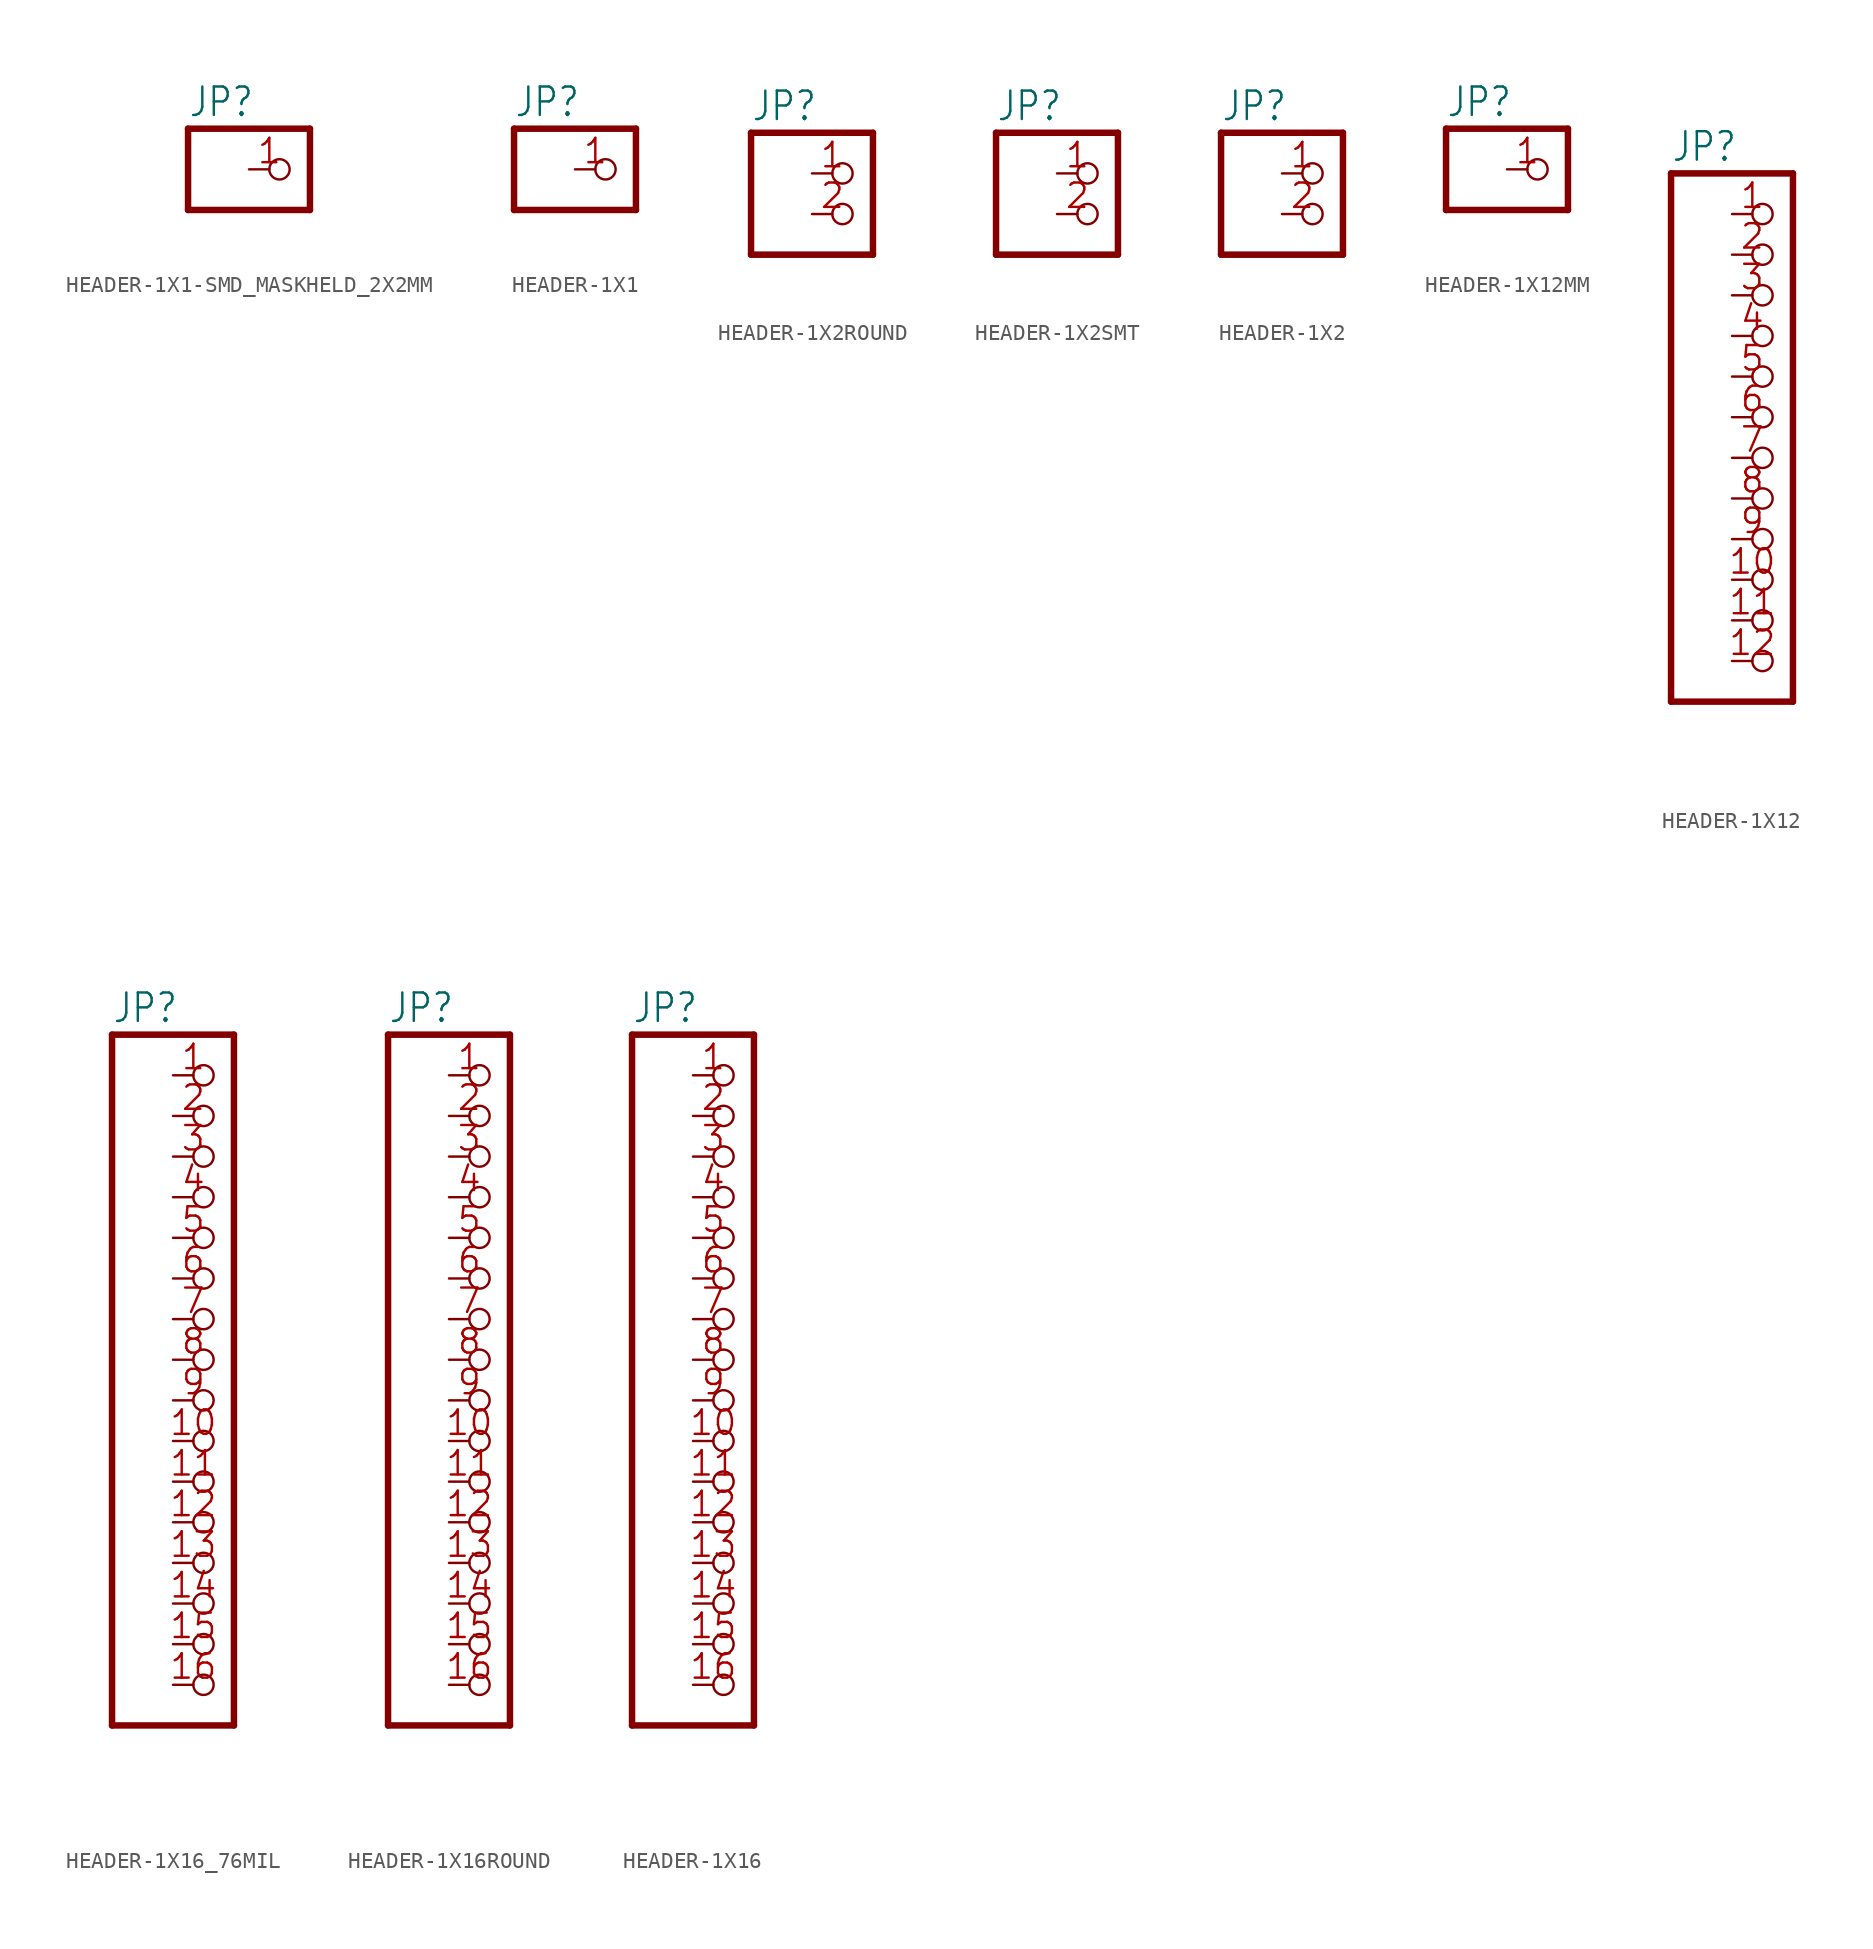
<source format=kicad_sym>
(kicad_symbol_lib
  (version 20241209)
  (generator "kicad_symbol_editor")
  (generator_version "9.0")
  (symbol "HEADER-1X1-SMD_MASKHELD_2X2MM"
    (property "Reference" "JP"
      (at -6.35 3.175 0)
      (effects (font (size 1.778 1.511)) (justify left bottom)))
    (property "Value" ""
      (at -6.35 -5.08 0)
      (effects (font (size 1.778 1.511)) (justify left bottom)))
    (property "ki_locked" ""
      (at 0 0 0)
      (effects (font (size 1.27 1.27))))
    (symbol "HEADER-1X1-SMD_MASKHELD_2X2MM_1_0"
      (polyline (pts (xy -6.35 2.54) (xy -6.35 -2.54)) (stroke (width 0.406) (type solid)) (fill (type none)))
      (polyline (pts (xy -6.35 -2.54) (xy 1.27 -2.54)) (stroke (width 0.406) (type solid)) (fill (type none)))
      (polyline (pts (xy 1.27 2.54) (xy -6.35 2.54)) (stroke (width 0.406) (type solid)) (fill (type none)))
      (polyline (pts (xy 1.27 -2.54) (xy 1.27 2.54)) (stroke (width 0.406) (type solid)) (fill (type none)))
      (pin passive inverted (at -2.54 0 0) (length 2.54) (name "1" (effects (font (size 0 0)))) (number "1" (effects (font (size 1.524 1.524)))))))
  (symbol "HEADER-1X1"
    (property "Reference" "JP"
      (at -6.35 3.175 0)
      (effects (font (size 1.778 1.511)) (justify left bottom)))
    (property "Value" ""
      (at -6.35 -5.08 0)
      (effects (font (size 1.778 1.511)) (justify left bottom)))
    (property "ki_locked" ""
      (at 0 0 0)
      (effects (font (size 1.27 1.27))))
    (symbol "HEADER-1X1_1_0"
      (polyline (pts (xy -6.35 2.54) (xy -6.35 -2.54)) (stroke (width 0.406) (type solid)) (fill (type none)))
      (polyline (pts (xy -6.35 -2.54) (xy 1.27 -2.54)) (stroke (width 0.406) (type solid)) (fill (type none)))
      (polyline (pts (xy 1.27 2.54) (xy -6.35 2.54)) (stroke (width 0.406) (type solid)) (fill (type none)))
      (polyline (pts (xy 1.27 -2.54) (xy 1.27 2.54)) (stroke (width 0.406) (type solid)) (fill (type none)))
      (pin passive inverted (at -2.54 0 0) (length 2.54) (name "1" (effects (font (size 0 0)))) (number "1" (effects (font (size 1.524 1.524)))))))
  (symbol "HEADER-1X2ROUND"
    (property "Reference" "JP"
      (at -6.35 5.715 0)
      (effects (font (size 1.778 1.511)) (justify left bottom)))
    (property "Value" ""
      (at -6.35 -5.08 0)
      (effects (font (size 1.778 1.511)) (justify left bottom)))
    (property "ki_locked" ""
      (at 0 0 0)
      (effects (font (size 1.27 1.27))))
    (symbol "HEADER-1X2ROUND_1_0"
      (polyline (pts (xy -6.35 5.08) (xy -6.35 -2.54)) (stroke (width 0.406) (type solid)) (fill (type none)))
      (polyline (pts (xy -6.35 -2.54) (xy 1.27 -2.54)) (stroke (width 0.406) (type solid)) (fill (type none)))
      (polyline (pts (xy 1.27 5.08) (xy -6.35 5.08)) (stroke (width 0.406) (type solid)) (fill (type none)))
      (polyline (pts (xy 1.27 -2.54) (xy 1.27 5.08)) (stroke (width 0.406) (type solid)) (fill (type none)))
      (pin passive inverted (at -2.54 2.54 0) (length 2.54) (name "1" (effects (font (size 0 0)))) (number "1" (effects (font (size 1.524 1.524)))))
      (pin passive inverted (at -2.54 0 0) (length 2.54) (name "2" (effects (font (size 0 0)))) (number "2" (effects (font (size 1.524 1.524)))))))
  (symbol "HEADER-1X2SMT"
    (property "Reference" "JP"
      (at -6.35 5.715 0)
      (effects (font (size 1.778 1.511)) (justify left bottom)))
    (property "Value" ""
      (at -6.35 -5.08 0)
      (effects (font (size 1.778 1.511)) (justify left bottom)))
    (property "ki_locked" ""
      (at 0 0 0)
      (effects (font (size 1.27 1.27))))
    (symbol "HEADER-1X2SMT_1_0"
      (polyline (pts (xy -6.35 5.08) (xy -6.35 -2.54)) (stroke (width 0.406) (type solid)) (fill (type none)))
      (polyline (pts (xy -6.35 -2.54) (xy 1.27 -2.54)) (stroke (width 0.406) (type solid)) (fill (type none)))
      (polyline (pts (xy 1.27 5.08) (xy -6.35 5.08)) (stroke (width 0.406) (type solid)) (fill (type none)))
      (polyline (pts (xy 1.27 -2.54) (xy 1.27 5.08)) (stroke (width 0.406) (type solid)) (fill (type none)))
      (pin passive inverted (at -2.54 2.54 0) (length 2.54) (name "1" (effects (font (size 0 0)))) (number "1" (effects (font (size 1.524 1.524)))))
      (pin passive inverted (at -2.54 0 0) (length 2.54) (name "2" (effects (font (size 0 0)))) (number "2" (effects (font (size 1.524 1.524)))))))
  (symbol "HEADER-1X2"
    (property "Reference" "JP"
      (at -6.35 5.715 0)
      (effects (font (size 1.778 1.511)) (justify left bottom)))
    (property "Value" ""
      (at -6.35 -5.08 0)
      (effects (font (size 1.778 1.511)) (justify left bottom)))
    (property "ki_locked" ""
      (at 0 0 0)
      (effects (font (size 1.27 1.27))))
    (symbol "HEADER-1X2_1_0"
      (polyline (pts (xy -6.35 5.08) (xy -6.35 -2.54)) (stroke (width 0.406) (type solid)) (fill (type none)))
      (polyline (pts (xy -6.35 -2.54) (xy 1.27 -2.54)) (stroke (width 0.406) (type solid)) (fill (type none)))
      (polyline (pts (xy 1.27 5.08) (xy -6.35 5.08)) (stroke (width 0.406) (type solid)) (fill (type none)))
      (polyline (pts (xy 1.27 -2.54) (xy 1.27 5.08)) (stroke (width 0.406) (type solid)) (fill (type none)))
      (pin passive inverted (at -2.54 2.54 0) (length 2.54) (name "1" (effects (font (size 0 0)))) (number "1" (effects (font (size 1.524 1.524)))))
      (pin passive inverted (at -2.54 0 0) (length 2.54) (name "2" (effects (font (size 0 0)))) (number "2" (effects (font (size 1.524 1.524)))))))
  (symbol "HEADER-1X12MM"
    (property "Reference" "JP"
      (at -6.35 3.175 0)
      (effects (font (size 1.778 1.511)) (justify left bottom)))
    (property "Value" ""
      (at -6.35 -5.08 0)
      (effects (font (size 1.778 1.511)) (justify left bottom)))
    (property "ki_locked" ""
      (at 0 0 0)
      (effects (font (size 1.27 1.27))))
    (symbol "HEADER-1X12MM_1_0"
      (polyline (pts (xy -6.35 2.54) (xy -6.35 -2.54)) (stroke (width 0.406) (type solid)) (fill (type none)))
      (polyline (pts (xy -6.35 -2.54) (xy 1.27 -2.54)) (stroke (width 0.406) (type solid)) (fill (type none)))
      (polyline (pts (xy 1.27 2.54) (xy -6.35 2.54)) (stroke (width 0.406) (type solid)) (fill (type none)))
      (polyline (pts (xy 1.27 -2.54) (xy 1.27 2.54)) (stroke (width 0.406) (type solid)) (fill (type none)))
      (pin passive inverted (at -2.54 0 0) (length 2.54) (name "1" (effects (font (size 0 0)))) (number "1" (effects (font (size 1.524 1.524)))))))
  (symbol "HEADER-1X12"
    (property "Reference" "JP"
      (at -6.35 18.415 0)
      (effects (font (size 1.778 1.511)) (justify left bottom)))
    (property "Value" ""
      (at -6.35 -17.78 0)
      (effects (font (size 1.778 1.511)) (justify left bottom)))
    (property "ki_locked" ""
      (at 0 0 0)
      (effects (font (size 1.27 1.27))))
    (symbol "HEADER-1X12_1_0"
      (polyline (pts (xy -6.35 17.78) (xy -6.35 -15.24)) (stroke (width 0.406) (type solid)) (fill (type none)))
      (polyline (pts (xy -6.35 -15.24) (xy 1.27 -15.24)) (stroke (width 0.406) (type solid)) (fill (type none)))
      (polyline (pts (xy 1.27 17.78) (xy -6.35 17.78)) (stroke (width 0.406) (type solid)) (fill (type none)))
      (polyline (pts (xy 1.27 -15.24) (xy 1.27 17.78)) (stroke (width 0.406) (type solid)) (fill (type none)))
      (pin passive inverted (at -2.54 15.24 0) (length 2.54) (name "1" (effects (font (size 0 0)))) (number "1" (effects (font (size 1.524 1.524)))))
      (pin passive inverted (at -2.54 12.7 0) (length 2.54) (name "2" (effects (font (size 0 0)))) (number "2" (effects (font (size 1.524 1.524)))))
      (pin passive inverted (at -2.54 10.16 0) (length 2.54) (name "3" (effects (font (size 0 0)))) (number "3" (effects (font (size 1.524 1.524)))))
      (pin passive inverted (at -2.54 7.62 0) (length 2.54) (name "4" (effects (font (size 0 0)))) (number "4" (effects (font (size 1.524 1.524)))))
      (pin passive inverted (at -2.54 5.08 0) (length 2.54) (name "5" (effects (font (size 0 0)))) (number "5" (effects (font (size 1.524 1.524)))))
      (pin passive inverted (at -2.54 2.54 0) (length 2.54) (name "6" (effects (font (size 0 0)))) (number "6" (effects (font (size 1.524 1.524)))))
      (pin passive inverted (at -2.54 0 0) (length 2.54) (name "7" (effects (font (size 0 0)))) (number "7" (effects (font (size 1.524 1.524)))))
      (pin passive inverted (at -2.54 -2.54 0) (length 2.54) (name "8" (effects (font (size 0 0)))) (number "8" (effects (font (size 1.524 1.524)))))
      (pin passive inverted (at -2.54 -5.08 0) (length 2.54) (name "9" (effects (font (size 0 0)))) (number "9" (effects (font (size 1.524 1.524)))))
      (pin passive inverted (at -2.54 -7.62 0) (length 2.54) (name "10" (effects (font (size 0 0)))) (number "10" (effects (font (size 1.524 1.524)))))
      (pin passive inverted (at -2.54 -10.16 0) (length 2.54) (name "11" (effects (font (size 0 0)))) (number "11" (effects (font (size 1.524 1.524)))))
      (pin passive inverted (at -2.54 -12.7 0) (length 2.54) (name "12" (effects (font (size 0 0)))) (number "12" (effects (font (size 1.524 1.524)))))))
  (symbol "HEADER-1X16_76MIL"
    (property "Reference" "JP"
      (at -6.35 20.955 0)
      (effects (font (size 1.778 1.511)) (justify left bottom)))
    (property "Value" ""
      (at -6.35 -25.4 0)
      (effects (font (size 1.778 1.511)) (justify left bottom)))
    (property "ki_locked" ""
      (at 0 0 0)
      (effects (font (size 1.27 1.27))))
    (symbol "HEADER-1X16_76MIL_1_0"
      (polyline (pts (xy -6.35 20.32) (xy -6.35 -22.86)) (stroke (width 0.406) (type solid)) (fill (type none)))
      (polyline (pts (xy -6.35 -22.86) (xy 1.27 -22.86)) (stroke (width 0.406) (type solid)) (fill (type none)))
      (polyline (pts (xy 1.27 20.32) (xy -6.35 20.32)) (stroke (width 0.406) (type solid)) (fill (type none)))
      (polyline (pts (xy 1.27 -22.86) (xy 1.27 20.32)) (stroke (width 0.406) (type solid)) (fill (type none)))
      (pin passive inverted (at -2.54 17.78 0) (length 2.54) (name "1" (effects (font (size 0 0)))) (number "1" (effects (font (size 1.524 1.524)))))
      (pin passive inverted (at -2.54 15.24 0) (length 2.54) (name "2" (effects (font (size 0 0)))) (number "2" (effects (font (size 1.524 1.524)))))
      (pin passive inverted (at -2.54 12.7 0) (length 2.54) (name "3" (effects (font (size 0 0)))) (number "3" (effects (font (size 1.524 1.524)))))
      (pin passive inverted (at -2.54 10.16 0) (length 2.54) (name "4" (effects (font (size 0 0)))) (number "4" (effects (font (size 1.524 1.524)))))
      (pin passive inverted (at -2.54 7.62 0) (length 2.54) (name "5" (effects (font (size 0 0)))) (number "5" (effects (font (size 1.524 1.524)))))
      (pin passive inverted (at -2.54 5.08 0) (length 2.54) (name "6" (effects (font (size 0 0)))) (number "6" (effects (font (size 1.524 1.524)))))
      (pin passive inverted (at -2.54 2.54 0) (length 2.54) (name "7" (effects (font (size 0 0)))) (number "7" (effects (font (size 1.524 1.524)))))
      (pin passive inverted (at -2.54 0 0) (length 2.54) (name "8" (effects (font (size 0 0)))) (number "8" (effects (font (size 1.524 1.524)))))
      (pin passive inverted (at -2.54 -2.54 0) (length 2.54) (name "9" (effects (font (size 0 0)))) (number "9" (effects (font (size 1.524 1.524)))))
      (pin passive inverted (at -2.54 -5.08 0) (length 2.54) (name "10" (effects (font (size 0 0)))) (number "10" (effects (font (size 1.524 1.524)))))
      (pin passive inverted (at -2.54 -7.62 0) (length 2.54) (name "11" (effects (font (size 0 0)))) (number "11" (effects (font (size 1.524 1.524)))))
      (pin passive inverted (at -2.54 -10.16 0) (length 2.54) (name "12" (effects (font (size 0 0)))) (number "12" (effects (font (size 1.524 1.524)))))
      (pin passive inverted (at -2.54 -12.7 0) (length 2.54) (name "13" (effects (font (size 0 0)))) (number "13" (effects (font (size 1.524 1.524)))))
      (pin passive inverted (at -2.54 -15.24 0) (length 2.54) (name "14" (effects (font (size 0 0)))) (number "14" (effects (font (size 1.524 1.524)))))
      (pin passive inverted (at -2.54 -17.78 0) (length 2.54) (name "15" (effects (font (size 0 0)))) (number "15" (effects (font (size 1.524 1.524)))))
      (pin passive inverted (at -2.54 -20.32 0) (length 2.54) (name "16" (effects (font (size 0 0)))) (number "16" (effects (font (size 1.524 1.524)))))))
  (symbol "HEADER-1X16ROUND"
    (property "Reference" "JP"
      (at -6.35 20.955 0)
      (effects (font (size 1.778 1.511)) (justify left bottom)))
    (property "Value" ""
      (at -6.35 -25.4 0)
      (effects (font (size 1.778 1.511)) (justify left bottom)))
    (property "ki_locked" ""
      (at 0 0 0)
      (effects (font (size 1.27 1.27))))
    (symbol "HEADER-1X16ROUND_1_0"
      (polyline (pts (xy -6.35 20.32) (xy -6.35 -22.86)) (stroke (width 0.406) (type solid)) (fill (type none)))
      (polyline (pts (xy -6.35 -22.86) (xy 1.27 -22.86)) (stroke (width 0.406) (type solid)) (fill (type none)))
      (polyline (pts (xy 1.27 20.32) (xy -6.35 20.32)) (stroke (width 0.406) (type solid)) (fill (type none)))
      (polyline (pts (xy 1.27 -22.86) (xy 1.27 20.32)) (stroke (width 0.406) (type solid)) (fill (type none)))
      (pin passive inverted (at -2.54 17.78 0) (length 2.54) (name "1" (effects (font (size 0 0)))) (number "1" (effects (font (size 1.524 1.524)))))
      (pin passive inverted (at -2.54 15.24 0) (length 2.54) (name "2" (effects (font (size 0 0)))) (number "2" (effects (font (size 1.524 1.524)))))
      (pin passive inverted (at -2.54 12.7 0) (length 2.54) (name "3" (effects (font (size 0 0)))) (number "3" (effects (font (size 1.524 1.524)))))
      (pin passive inverted (at -2.54 10.16 0) (length 2.54) (name "4" (effects (font (size 0 0)))) (number "4" (effects (font (size 1.524 1.524)))))
      (pin passive inverted (at -2.54 7.62 0) (length 2.54) (name "5" (effects (font (size 0 0)))) (number "5" (effects (font (size 1.524 1.524)))))
      (pin passive inverted (at -2.54 5.08 0) (length 2.54) (name "6" (effects (font (size 0 0)))) (number "6" (effects (font (size 1.524 1.524)))))
      (pin passive inverted (at -2.54 2.54 0) (length 2.54) (name "7" (effects (font (size 0 0)))) (number "7" (effects (font (size 1.524 1.524)))))
      (pin passive inverted (at -2.54 0 0) (length 2.54) (name "8" (effects (font (size 0 0)))) (number "8" (effects (font (size 1.524 1.524)))))
      (pin passive inverted (at -2.54 -2.54 0) (length 2.54) (name "9" (effects (font (size 0 0)))) (number "9" (effects (font (size 1.524 1.524)))))
      (pin passive inverted (at -2.54 -5.08 0) (length 2.54) (name "10" (effects (font (size 0 0)))) (number "10" (effects (font (size 1.524 1.524)))))
      (pin passive inverted (at -2.54 -7.62 0) (length 2.54) (name "11" (effects (font (size 0 0)))) (number "11" (effects (font (size 1.524 1.524)))))
      (pin passive inverted (at -2.54 -10.16 0) (length 2.54) (name "12" (effects (font (size 0 0)))) (number "12" (effects (font (size 1.524 1.524)))))
      (pin passive inverted (at -2.54 -12.7 0) (length 2.54) (name "13" (effects (font (size 0 0)))) (number "13" (effects (font (size 1.524 1.524)))))
      (pin passive inverted (at -2.54 -15.24 0) (length 2.54) (name "14" (effects (font (size 0 0)))) (number "14" (effects (font (size 1.524 1.524)))))
      (pin passive inverted (at -2.54 -17.78 0) (length 2.54) (name "15" (effects (font (size 0 0)))) (number "15" (effects (font (size 1.524 1.524)))))
      (pin passive inverted (at -2.54 -20.32 0) (length 2.54) (name "16" (effects (font (size 0 0)))) (number "16" (effects (font (size 1.524 1.524)))))))
  (symbol "HEADER-1X16"
    (property "Reference" "JP"
      (at -6.35 20.955 0)
      (effects (font (size 1.778 1.511)) (justify left bottom)))
    (property "Value" ""
      (at -6.35 -25.4 0)
      (effects (font (size 1.778 1.511)) (justify left bottom)))
    (property "ki_locked" ""
      (at 0 0 0)
      (effects (font (size 1.27 1.27))))
    (symbol "HEADER-1X16_1_0"
      (polyline (pts (xy -6.35 20.32) (xy -6.35 -22.86)) (stroke (width 0.406) (type solid)) (fill (type none)))
      (polyline (pts (xy -6.35 -22.86) (xy 1.27 -22.86)) (stroke (width 0.406) (type solid)) (fill (type none)))
      (polyline (pts (xy 1.27 20.32) (xy -6.35 20.32)) (stroke (width 0.406) (type solid)) (fill (type none)))
      (polyline (pts (xy 1.27 -22.86) (xy 1.27 20.32)) (stroke (width 0.406) (type solid)) (fill (type none)))
      (pin passive inverted (at -2.54 17.78 0) (length 2.54) (name "1" (effects (font (size 0 0)))) (number "1" (effects (font (size 1.524 1.524)))))
      (pin passive inverted (at -2.54 15.24 0) (length 2.54) (name "2" (effects (font (size 0 0)))) (number "2" (effects (font (size 1.524 1.524)))))
      (pin passive inverted (at -2.54 12.7 0) (length 2.54) (name "3" (effects (font (size 0 0)))) (number "3" (effects (font (size 1.524 1.524)))))
      (pin passive inverted (at -2.54 10.16 0) (length 2.54) (name "4" (effects (font (size 0 0)))) (number "4" (effects (font (size 1.524 1.524)))))
      (pin passive inverted (at -2.54 7.62 0) (length 2.54) (name "5" (effects (font (size 0 0)))) (number "5" (effects (font (size 1.524 1.524)))))
      (pin passive inverted (at -2.54 5.08 0) (length 2.54) (name "6" (effects (font (size 0 0)))) (number "6" (effects (font (size 1.524 1.524)))))
      (pin passive inverted (at -2.54 2.54 0) (length 2.54) (name "7" (effects (font (size 0 0)))) (number "7" (effects (font (size 1.524 1.524)))))
      (pin passive inverted (at -2.54 0 0) (length 2.54) (name "8" (effects (font (size 0 0)))) (number "8" (effects (font (size 1.524 1.524)))))
      (pin passive inverted (at -2.54 -2.54 0) (length 2.54) (name "9" (effects (font (size 0 0)))) (number "9" (effects (font (size 1.524 1.524)))))
      (pin passive inverted (at -2.54 -5.08 0) (length 2.54) (name "10" (effects (font (size 0 0)))) (number "10" (effects (font (size 1.524 1.524)))))
      (pin passive inverted (at -2.54 -7.62 0) (length 2.54) (name "11" (effects (font (size 0 0)))) (number "11" (effects (font (size 1.524 1.524)))))
      (pin passive inverted (at -2.54 -10.16 0) (length 2.54) (name "12" (effects (font (size 0 0)))) (number "12" (effects (font (size 1.524 1.524)))))
      (pin passive inverted (at -2.54 -12.7 0) (length 2.54) (name "13" (effects (font (size 0 0)))) (number "13" (effects (font (size 1.524 1.524)))))
      (pin passive inverted (at -2.54 -15.24 0) (length 2.54) (name "14" (effects (font (size 0 0)))) (number "14" (effects (font (size 1.524 1.524)))))
      (pin passive inverted (at -2.54 -17.78 0) (length 2.54) (name "15" (effects (font (size 0 0)))) (number "15" (effects (font (size 1.524 1.524)))))
      (pin passive inverted (at -2.54 -20.32 0) (length 2.54) (name "16" (effects (font (size 0 0)))) (number "16" (effects (font (size 1.524 1.524))))))))
</source>
